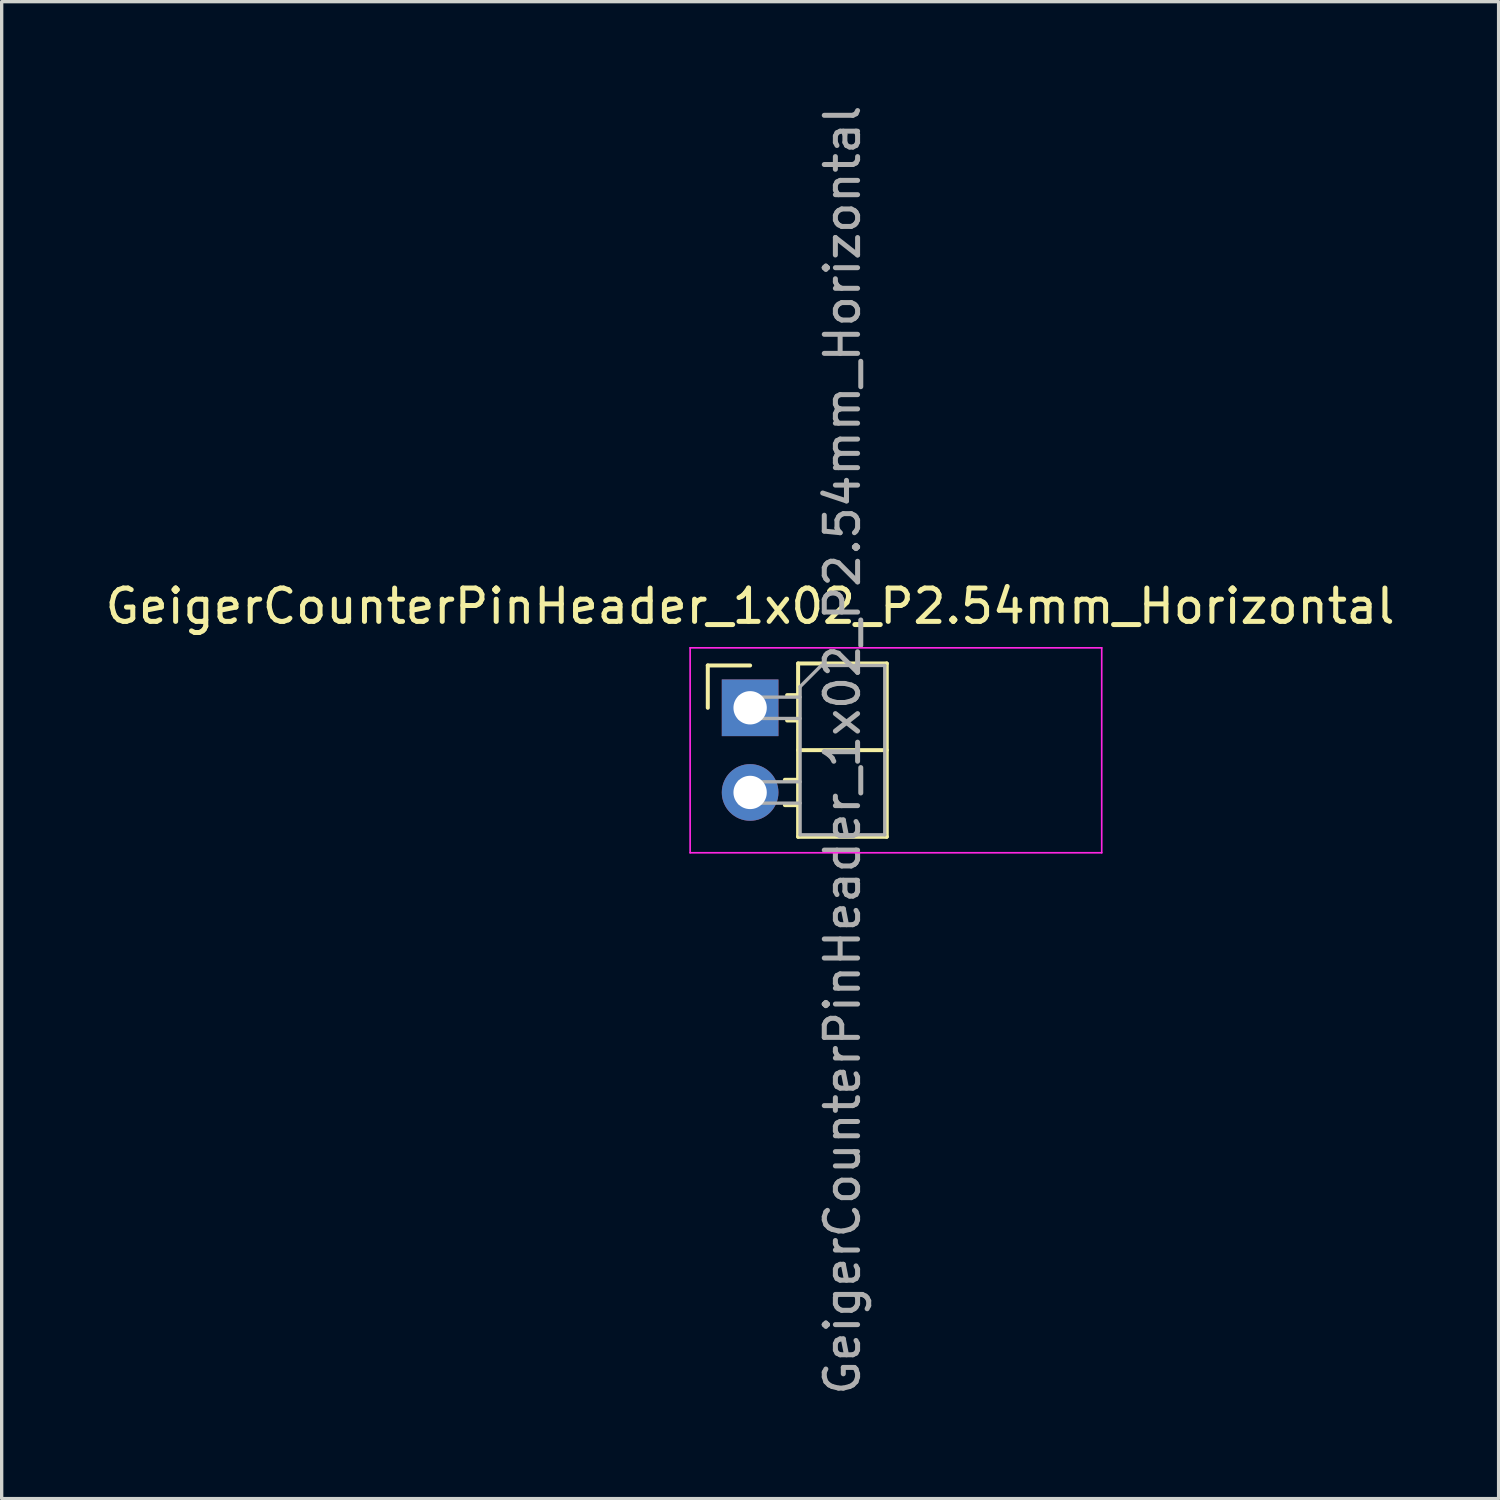
<source format=kicad_pcb>
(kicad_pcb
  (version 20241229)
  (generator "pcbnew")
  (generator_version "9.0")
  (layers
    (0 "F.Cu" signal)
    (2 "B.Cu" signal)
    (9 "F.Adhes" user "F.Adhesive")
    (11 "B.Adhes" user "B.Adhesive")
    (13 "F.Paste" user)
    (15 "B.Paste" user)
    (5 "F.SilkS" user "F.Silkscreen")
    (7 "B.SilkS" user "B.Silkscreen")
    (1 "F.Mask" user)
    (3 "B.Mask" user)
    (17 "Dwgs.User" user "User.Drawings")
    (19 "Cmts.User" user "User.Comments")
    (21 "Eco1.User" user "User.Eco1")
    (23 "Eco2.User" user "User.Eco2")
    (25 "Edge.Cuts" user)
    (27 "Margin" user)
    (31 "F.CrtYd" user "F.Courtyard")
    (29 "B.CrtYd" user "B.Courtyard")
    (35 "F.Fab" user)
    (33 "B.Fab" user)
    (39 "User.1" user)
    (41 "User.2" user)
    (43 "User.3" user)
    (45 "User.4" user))
  (footprint "GeigerCounterPinHeader_1x02_P2.54mm_Horizontal"
    (layer "F.Cu")
    (at 19.458 18.188)
    (property "Reference" "GeigerCounterPinHeader_1x02_P2.54mm_Horizontal" (at 0 -3.048 0) (layer "F.SilkS") (effects (font (size 1 1) (thickness 0.15))))
    (attr through_hole)
    (fp_line (start -1.27 -1.27) (end 0 -1.27) (stroke (width 0.12) (type solid)) (layer "F.SilkS"))
    (fp_line (start -1.27 0) (end -1.27 -1.27) (stroke (width 0.12) (type solid)) (layer "F.SilkS"))
    (fp_line (start 1.043 2.16) (end 1.44 2.16) (stroke (width 0.12) (type solid)) (layer "F.SilkS"))
    (fp_line (start 1.043 2.92) (end 1.44 2.92) (stroke (width 0.12) (type solid)) (layer "F.SilkS"))
    (fp_line (start 1.11 -0.38) (end 1.44 -0.38) (stroke (width 0.12) (type solid)) (layer "F.SilkS"))
    (fp_line (start 1.11 0.38) (end 1.44 0.38) (stroke (width 0.12) (type solid)) (layer "F.SilkS"))
    (fp_line (start 1.44 -1.33) (end 1.44 3.87) (stroke (width 0.12) (type solid)) (layer "F.SilkS"))
    (fp_line (start 1.44 1.27) (end 4.1 1.27) (stroke (width 0.12) (type solid)) (layer "F.SilkS"))
    (fp_line (start 1.44 3.87) (end 4.1 3.87) (stroke (width 0.12) (type solid)) (layer "F.SilkS"))
    (fp_line (start 4.1 -1.33) (end 1.44 -1.33) (stroke (width 0.12) (type solid)) (layer "F.SilkS"))
    (fp_line (start 4.1 3.87) (end 4.1 -1.33) (stroke (width 0.12) (type solid)) (layer "F.SilkS"))
    (fp_line (start -1.8 -1.8) (end -1.8 4.35) (stroke (width 0.05) (type solid)) (layer "F.CrtYd"))
    (fp_line (start -1.8 4.35) (end 10.55 4.35) (stroke (width 0.05) (type solid)) (layer "F.CrtYd"))
    (fp_line (start 10.55 -1.8) (end -1.8 -1.8) (stroke (width 0.05) (type solid)) (layer "F.CrtYd"))
    (fp_line (start 10.55 4.35) (end 10.55 -1.8) (stroke (width 0.05) (type solid)) (layer "F.CrtYd"))
    (fp_line (start -0.32 -0.32) (end -0.32 0.32) (stroke (width 0.1) (type solid)) (layer "F.Fab"))
    (fp_line (start -0.32 -0.32) (end 1.5 -0.32) (stroke (width 0.1) (type solid)) (layer "F.Fab"))
    (fp_line (start -0.32 0.32) (end 1.5 0.32) (stroke (width 0.1) (type solid)) (layer "F.Fab"))
    (fp_line (start -0.32 2.22) (end -0.32 2.86) (stroke (width 0.1) (type solid)) (layer "F.Fab"))
    (fp_line (start -0.32 2.22) (end 1.5 2.22) (stroke (width 0.1) (type solid)) (layer "F.Fab"))
    (fp_line (start -0.32 2.86) (end 1.5 2.86) (stroke (width 0.1) (type solid)) (layer "F.Fab"))
    (fp_line (start 1.5 -0.635) (end 2.135 -1.27) (stroke (width 0.1) (type solid)) (layer "F.Fab"))
    (fp_line (start 1.5 3.81) (end 1.5 -0.635) (stroke (width 0.1) (type solid)) (layer "F.Fab"))
    (fp_line (start 2.135 -1.27) (end 4.04 -1.27) (stroke (width 0.1) (type solid)) (layer "F.Fab"))
    (fp_line (start 4.04 -1.27) (end 4.04 3.81) (stroke (width 0.1) (type solid)) (layer "F.Fab"))
    (fp_line (start 4.04 3.81) (end 1.5 3.81) (stroke (width 0.1) (type solid)) (layer "F.Fab"))
    (fp_text user "${REFERENCE}" (at 2.77 1.27 90) (layer "F.Fab") (effects (font (size 1 1) (thickness 0.15))))
    (pad "1" thru_hole rect (at 0 0) (size 1.7 1.7) (drill 1) (layers "*.Cu" "*.Mask"))
    (pad "2" thru_hole oval (at 0 2.54) (size 1.7 1.7) (drill 1) (layers "*.Cu" "*.Mask")))
  (gr_rect
    (start -3 -3)
    (end 41.917 41.917)
    (stroke (width 0.1) (type default))
    (fill no)
    (layer "Edge.Cuts")))
</source>
